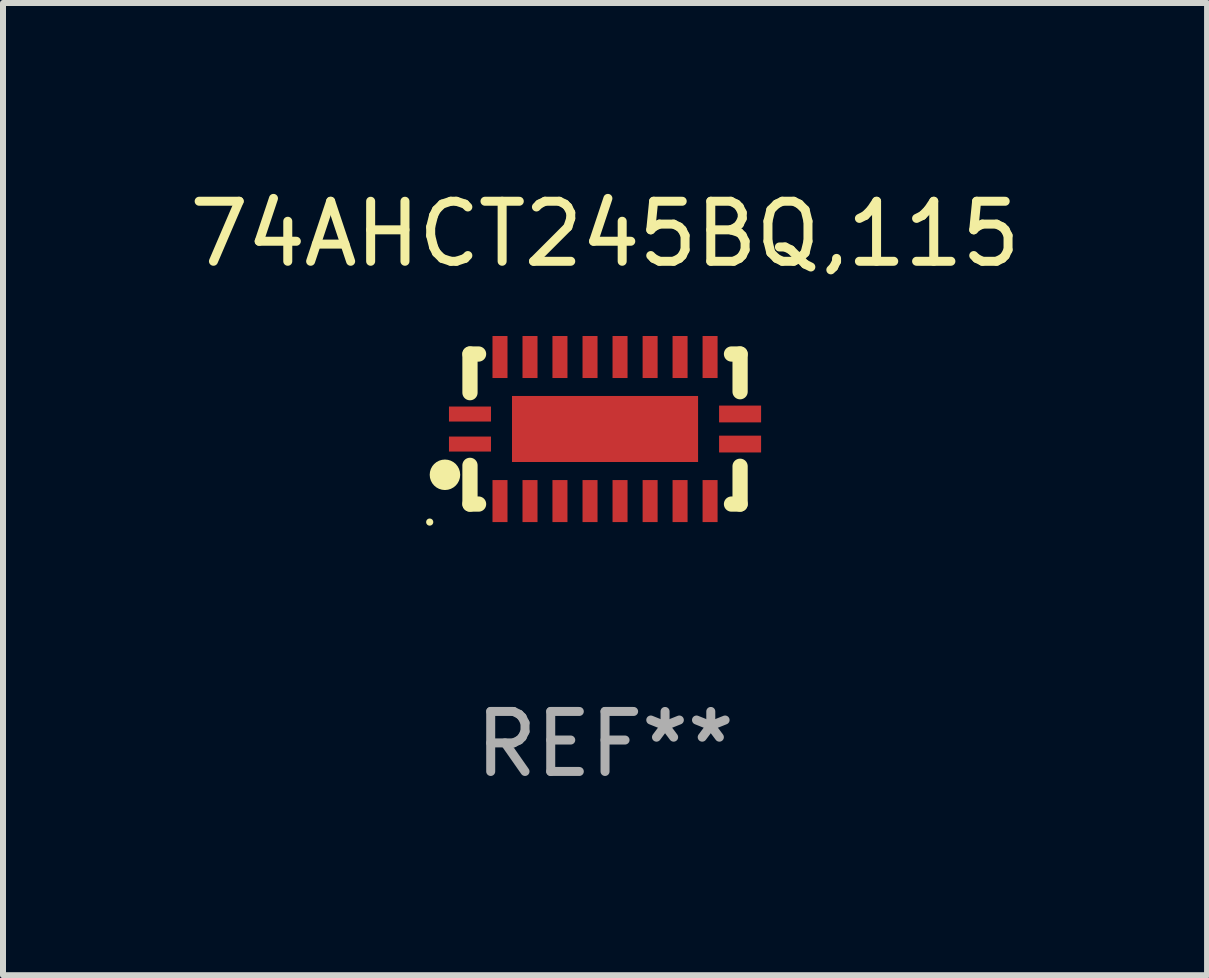
<source format=kicad_pcb>
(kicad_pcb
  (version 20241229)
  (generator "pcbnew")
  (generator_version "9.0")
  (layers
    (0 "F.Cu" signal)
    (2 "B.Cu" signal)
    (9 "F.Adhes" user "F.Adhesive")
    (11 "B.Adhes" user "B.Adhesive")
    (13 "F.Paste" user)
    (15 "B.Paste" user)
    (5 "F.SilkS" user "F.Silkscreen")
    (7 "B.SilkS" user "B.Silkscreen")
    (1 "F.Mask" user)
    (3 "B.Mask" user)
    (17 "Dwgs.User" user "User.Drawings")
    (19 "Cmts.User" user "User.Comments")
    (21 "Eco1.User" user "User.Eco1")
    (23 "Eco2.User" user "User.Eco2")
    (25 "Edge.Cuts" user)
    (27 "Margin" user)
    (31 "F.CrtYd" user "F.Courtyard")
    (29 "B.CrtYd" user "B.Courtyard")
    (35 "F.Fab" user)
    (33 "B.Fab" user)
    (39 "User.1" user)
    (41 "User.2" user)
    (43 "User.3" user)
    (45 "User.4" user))
  (footprint "74AHCT245BQ,115"
    (layer "F.Cu")
    (at 7.03 4.098)
    (property "Reference" "74AHCT245BQ,115" (at 0 -3.25 0) (layer "F.SilkS") (effects (font (size 1 1) (thickness 0.15))))
    (attr through_hole)
    (fp_line (start -2.25 0.605) (end -2.25 1.25) (stroke (width 0.254) (type solid)) (layer "F.SilkS"))
    (fp_line (start -2.25 1.25) (end -2.107 1.25) (stroke (width 0.254) (type solid)) (layer "F.SilkS"))
    (fp_line (start -2.25 -1.25) (end -2.25 -0.606) (stroke (width 0.254) (type solid)) (layer "F.SilkS"))
    (fp_line (start -2.25 -1.25) (end -2.107 -1.25) (stroke (width 0.254) (type solid)) (layer "F.SilkS"))
    (fp_line (start 2.107 -1.25) (end 2.25 -1.25) (stroke (width 0.254) (type solid)) (layer "F.SilkS"))
    (fp_line (start 2.107 1.25) (end 2.25 1.25) (stroke (width 0.254) (type solid)) (layer "F.SilkS"))
    (fp_line (start 2.25 -1.25) (end 2.25 -0.622) (stroke (width 0.254) (type solid)) (layer "F.SilkS"))
    (fp_line (start 2.25 0.62) (end 2.25 1.25) (stroke (width 0.254) (type solid)) (layer "F.SilkS"))
    (fp_circle (center -2.921 1.55) (end -2.891 1.55) (stroke (width 0.06) (type solid)) (fill no) (layer "F.SilkS"))
    (fp_circle (center -2.667 0.762) (end -2.54 0.762) (stroke (width 0.254) (type solid)) (fill no) (layer "F.SilkS"))
    (fp_text user "REF**" (at 0 5.25 0) (layer "F.Fab") (effects (font (size 1 1) (thickness 0.15))))
    (pad "1" smd rect (at -2.25 0.25 180) (size 0.7 0.25) (layers "F.Cu" "F.Mask" "F.Paste"))
    (pad "2" smd rect (at -1.75 1.2 90) (size 0.7 0.25) (layers "F.Cu" "F.Mask" "F.Paste"))
    (pad "3" smd rect (at -1.25 1.2 90) (size 0.7 0.25) (layers "F.Cu" "F.Mask" "F.Paste"))
    (pad "4" smd rect (at -0.751 1.2 90) (size 0.7 0.25) (layers "F.Cu" "F.Mask" "F.Paste"))
    (pad "5" smd rect (at -0.25 1.2 90) (size 0.7 0.25) (layers "F.Cu" "F.Mask" "F.Paste"))
    (pad "6" smd rect (at 0.25 1.2 90) (size 0.7 0.25) (layers "F.Cu" "F.Mask" "F.Paste"))
    (pad "7" smd rect (at 0.751 1.2 90) (size 0.7 0.25) (layers "F.Cu" "F.Mask" "F.Paste"))
    (pad "8" smd rect (at 1.25 1.2 90) (size 0.7 0.25) (layers "F.Cu" "F.Mask" "F.Paste"))
    (pad "9" smd rect (at 1.75 1.2 90) (size 0.7 0.25) (layers "F.Cu" "F.Mask" "F.Paste"))
    (pad "10" smd rect (at 2.25 0.25 180) (size 0.7 0.28) (layers "F.Cu" "F.Mask" "F.Paste"))
    (pad "11" smd rect (at 2.25 -0.251 180) (size 0.7 0.28) (layers "F.Cu" "F.Mask" "F.Paste"))
    (pad "12" smd rect (at 1.75 -1.2 90) (size 0.7 0.25) (layers "F.Cu" "F.Mask" "F.Paste"))
    (pad "13" smd rect (at 1.25 -1.2 90) (size 0.7 0.25) (layers "F.Cu" "F.Mask" "F.Paste"))
    (pad "14" smd rect (at 0.751 -1.2 90) (size 0.7 0.25) (layers "F.Cu" "F.Mask" "F.Paste"))
    (pad "15" smd rect (at 0.25 -1.2 90) (size 0.7 0.25) (layers "F.Cu" "F.Mask" "F.Paste"))
    (pad "16" smd rect (at -0.25 -1.2 90) (size 0.7 0.25) (layers "F.Cu" "F.Mask" "F.Paste"))
    (pad "17" smd rect (at -0.751 -1.2 90) (size 0.7 0.25) (layers "F.Cu" "F.Mask" "F.Paste"))
    (pad "18" smd rect (at -1.25 -1.2 90) (size 0.7 0.25) (layers "F.Cu" "F.Mask" "F.Paste"))
    (pad "19" smd rect (at -1.75 -1.2 90) (size 0.7 0.25) (layers "F.Cu" "F.Mask" "F.Paste"))
    (pad "20" smd rect (at -2.25 -0.25 180) (size 0.7 0.25) (layers "F.Cu" "F.Mask" "F.Paste"))
    (pad "21" smd rect (at 0 -0.001 180) (size 3.1 1.1) (layers "F.Cu" "F.Mask" "F.Paste")))
  (gr_rect
    (start -3 -3)
    (end 17.06 13.197)
    (stroke (width 0.1) (type default))
    (fill no)
    (layer "Edge.Cuts")))
</source>
